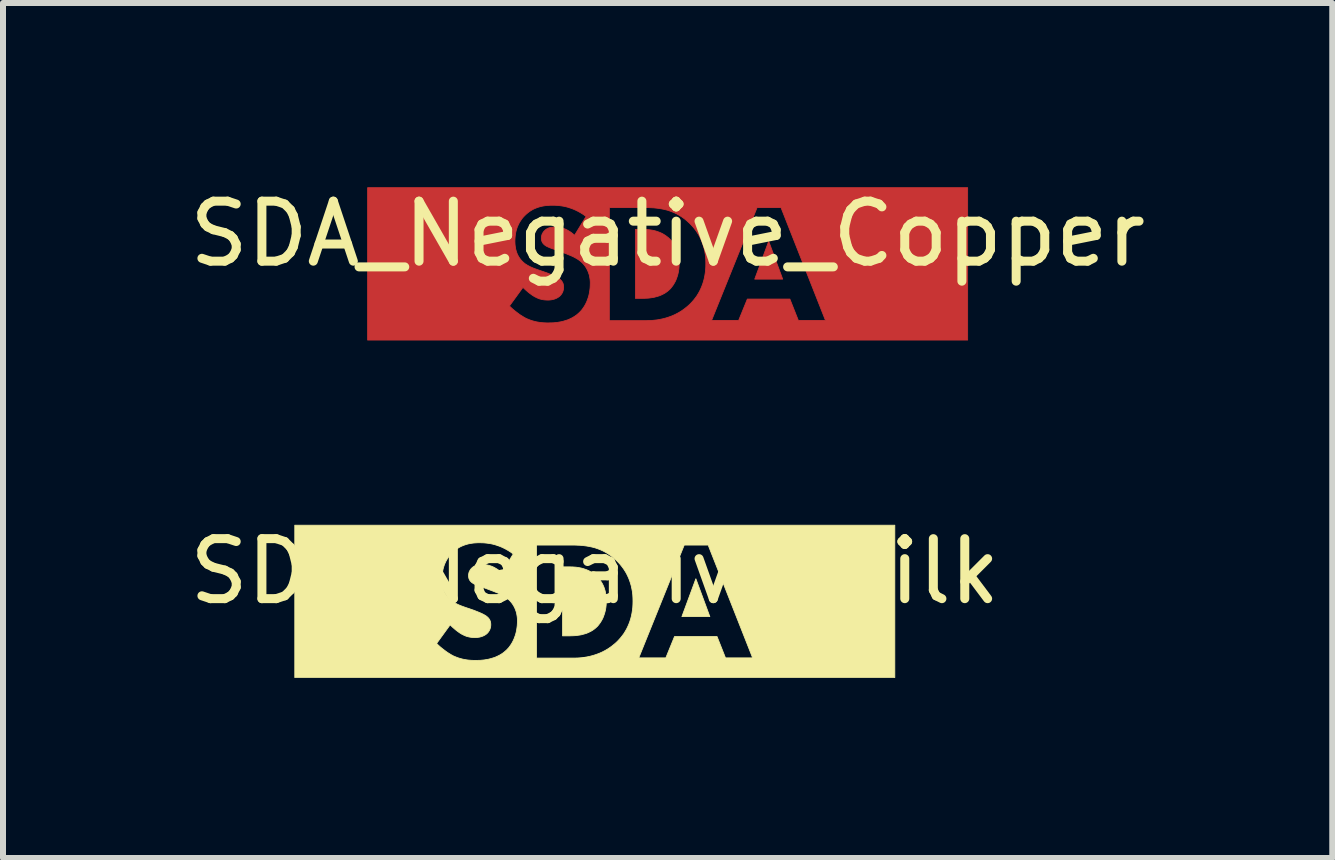
<source format=kicad_pcb>
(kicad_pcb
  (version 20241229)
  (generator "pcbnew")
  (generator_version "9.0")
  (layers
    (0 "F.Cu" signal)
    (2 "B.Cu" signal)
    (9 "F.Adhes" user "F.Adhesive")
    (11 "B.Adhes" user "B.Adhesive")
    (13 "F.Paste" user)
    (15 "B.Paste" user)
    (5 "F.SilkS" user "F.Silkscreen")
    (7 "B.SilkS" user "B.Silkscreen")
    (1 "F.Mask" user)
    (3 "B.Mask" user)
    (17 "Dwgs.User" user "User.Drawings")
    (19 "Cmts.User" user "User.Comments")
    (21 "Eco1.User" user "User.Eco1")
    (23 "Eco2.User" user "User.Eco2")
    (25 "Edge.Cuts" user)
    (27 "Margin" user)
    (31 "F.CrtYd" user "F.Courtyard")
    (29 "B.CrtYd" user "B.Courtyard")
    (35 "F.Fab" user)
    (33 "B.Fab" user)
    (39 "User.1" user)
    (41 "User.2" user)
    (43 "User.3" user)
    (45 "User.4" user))
  (footprint "SDA_Negative_Copper"
    (layer "F.Cu")
    (at 8.077 1.348)
    (property "Reference" "SDA_Negative_Copper" (at 0 -0.5 0) (unlocked yes) (layer "F.SilkS") (effects (font (size 1 1) (thickness 0.15))))
    (fp_poly (pts (xy 1.918 0.254) (xy 1.452 0.254) (xy 1.685 -0.377)) (stroke (width 0.013) (type solid)) (fill yes) (layer "F.Cu"))
    (fp_poly (pts (xy -0.369 -0.574) (xy -0.341 -0.572) (xy -0.313 -0.57) (xy -0.284 -0.566) (xy -0.254 -0.561) (xy -0.224 -0.555) (xy -0.194 -0.547) (xy -0.164 -0.537) (xy -0.134 -0.526) (xy -0.104 -0.513) (xy -0.075 -0.498) (xy -0.046 -0.48) (xy -0.017 -0.46) (xy 0.011 -0.438) (xy 0.024 -0.426) (xy 0.038 -0.413) (xy 0.052 -0.398) (xy 0.066 -0.383) (xy 0.08 -0.366) (xy 0.093 -0.347) (xy 0.106 -0.328) (xy 0.119 -0.307) (xy 0.132 -0.284) (xy 0.143 -0.26) (xy 0.154 -0.235) (xy 0.163 -0.207) (xy 0.172 -0.178) (xy 0.179 -0.148) (xy 0.185 -0.115) (xy 0.189 -0.081) (xy 0.192 -0.045) (xy 0.193 -0.007) (xy 0.192 0.031) (xy 0.189 0.069) (xy 0.185 0.105) (xy 0.179 0.14) (xy 0.171 0.174) (xy 0.162 0.206) (xy 0.151 0.237) (xy 0.14 0.267) (xy 0.127 0.295) (xy 0.112 0.322) (xy 0.097 0.347) (xy 0.081 0.37) (xy 0.064 0.392) (xy 0.047 0.413) (xy 0.028 0.431) (xy 0.009 0.448) (xy -0.004 0.459) (xy -0.018 0.469) (xy -0.032 0.479) (xy -0.046 0.488) (xy -0.06 0.496) (xy -0.075 0.504) (xy -0.104 0.518) (xy -0.134 0.531) (xy -0.165 0.541) (xy -0.195 0.549) (xy -0.224 0.557) (xy -0.253 0.562) (xy -0.282 0.566) (xy -0.309 0.57) (xy -0.335 0.572) (xy -0.382 0.574) (xy -0.421 0.575) (xy -0.537 0.575) (xy -0.537 -0.575) (xy -0.421 -0.575)) (stroke (width 0.013) (type solid)) (fill yes) (layer "F.Cu"))
    (fp_poly (pts (xy 5.001 1.27) (xy -5 1.27) (xy -5 0.702) (xy -2.636 0.702) (xy -2.608 0.729) (xy -2.577 0.757) (xy -2.543 0.785) (xy -2.508 0.812) (xy -2.472 0.839) (xy -2.453 0.852) (xy -2.434 0.864) (xy -2.416 0.875) (xy -2.397 0.887) (xy -2.379 0.897) (xy -2.361 0.907) (xy -2.339 0.917) (xy -2.316 0.926) (xy -2.294 0.935) (xy -2.271 0.943) (xy -2.248 0.95) (xy -2.226 0.956) (xy -2.203 0.962) (xy -2.18 0.967) (xy -2.156 0.971) (xy -2.133 0.975) (xy -2.109 0.978) (xy -2.085 0.98) (xy -2.061 0.982) (xy -2.037 0.983) (xy -2.012 0.984) (xy -1.987 0.984) (xy -1.936 0.983) (xy -1.906 0.982) (xy -1.875 0.979) (xy -1.842 0.976) (xy -1.808 0.97) (xy -1.773 0.964) (xy -1.737 0.955) (xy -1.704 0.945) (xy -0.971 0.945) (xy -0.361 0.945) (xy -0.295 0.944) (xy -0.26 0.942) (xy 0.733 0.942) (xy 1.184 0.942) (xy 1.329 0.586) (xy 2.038 0.586) (xy 2.179 0.942) (xy 2.631 0.942) (xy 1.89 -0.938) (xy 1.491 -0.938) (xy 0.733 0.942) (xy -0.26 0.942) (xy -0.257 0.942) (xy -0.216 0.938) (xy -0.173 0.933) (xy -0.127 0.925) (xy -0.08 0.915) (xy -0.03 0.902) (xy 0.02 0.886) (xy 0.072 0.867) (xy 0.124 0.844) (xy 0.176 0.817) (xy 0.228 0.786) (xy 0.279 0.75) (xy 0.33 0.709) (xy 0.355 0.687) (xy 0.38 0.663) (xy 0.408 0.633) (xy 0.435 0.602) (xy 0.461 0.569) (xy 0.486 0.535) (xy 0.508 0.499) (xy 0.53 0.461) (xy 0.549 0.422) (xy 0.567 0.381) (xy 0.583 0.339) (xy 0.597 0.295) (xy 0.609 0.25) (xy 0.619 0.202) (xy 0.627 0.153) (xy 0.633 0.103) (xy 0.636 0.051) (xy 0.637 -0.004) (xy 0.636 -0.058) (xy 0.633 -0.11) (xy 0.627 -0.161) (xy 0.618 -0.21) (xy 0.608 -0.257) (xy 0.595 -0.303) (xy 0.58 -0.347) (xy 0.564 -0.389) (xy 0.545 -0.43) (xy 0.525 -0.47) (xy 0.502 -0.508) (xy 0.478 -0.545) (xy 0.452 -0.58) (xy 0.425 -0.614) (xy 0.396 -0.646) (xy 0.366 -0.677) (xy 0.322 -0.717) (xy 0.278 -0.753) (xy 0.233 -0.785) (xy 0.188 -0.813) (xy 0.142 -0.838) (xy 0.096 -0.859) (xy 0.049 -0.877) (xy 0.002 -0.893) (xy -0.045 -0.905) (xy -0.093 -0.915) (xy -0.14 -0.923) (xy -0.187 -0.929) (xy -0.235 -0.934) (xy -0.282 -0.936) (xy -0.329 -0.938) (xy -0.375 -0.938) (xy -0.971 -0.938) (xy -0.971 0.945) (xy -1.704 0.945) (xy -1.7 0.944) (xy -1.663 0.932) (xy -1.627 0.916) (xy -1.59 0.898) (xy -1.555 0.877) (xy -1.537 0.865) (xy -1.52 0.853) (xy -1.503 0.839) (xy -1.487 0.825) (xy -1.47 0.81) (xy -1.455 0.794) (xy -1.436 0.774) (xy -1.419 0.752) (xy -1.403 0.729) (xy -1.387 0.705) (xy -1.372 0.679) (xy -1.359 0.653) (xy -1.346 0.625) (xy -1.335 0.595) (xy -1.324 0.565) (xy -1.315 0.534) (xy -1.307 0.501) (xy -1.301 0.468) (xy -1.296 0.434) (xy -1.292 0.4) (xy -1.29 0.364) (xy -1.289 0.328) (xy -1.289 0.307) (xy -1.29 0.286) (xy -1.292 0.264) (xy -1.295 0.242) (xy -1.299 0.22) (xy -1.303 0.197) (xy -1.309 0.175) (xy -1.317 0.152) (xy -1.325 0.13) (xy -1.335 0.107) (xy -1.346 0.085) (xy -1.359 0.063) (xy -1.373 0.041) (xy -1.389 0.02) (xy -1.407 -0.001) (xy -1.426 -0.021) (xy -1.441 -0.034) (xy -1.455 -0.046) (xy -1.471 -0.058) (xy -1.486 -0.069) (xy -1.503 -0.08) (xy -1.519 -0.09) (xy -1.536 -0.099) (xy -1.552 -0.108) (xy -1.569 -0.117) (xy -1.586 -0.125) (xy -1.62 -0.14) (xy -1.653 -0.153) (xy -1.684 -0.166) (xy -1.825 -0.219) (xy -1.909 -0.249) (xy -1.944 -0.261) (xy -1.959 -0.267) (xy -1.974 -0.273) (xy -1.987 -0.279) (xy -2 -0.285) (xy -2.012 -0.29) (xy -2.023 -0.297) (xy -2.033 -0.303) (xy -2.043 -0.31) (xy -2.053 -0.317) (xy -2.061 -0.325) (xy -2.066 -0.33) (xy -2.071 -0.335) (xy -2.076 -0.341) (xy -2.08 -0.347) (xy -2.084 -0.352) (xy -2.087 -0.358) (xy -2.09 -0.365) (xy -2.093 -0.371) (xy -2.096 -0.377) (xy -2.098 -0.384) (xy -2.1 -0.391) (xy -2.101 -0.398) (xy -2.102 -0.406) (xy -2.103 -0.414) (xy -2.104 -0.422) (xy -2.104 -0.43) (xy -2.103 -0.44) (xy -2.103 -0.449) (xy -2.102 -0.457) (xy -2.1 -0.466) (xy -2.098 -0.474) (xy -2.096 -0.483) (xy -2.093 -0.491) (xy -2.09 -0.498) (xy -2.086 -0.506) (xy -2.082 -0.513) (xy -2.078 -0.52) (xy -2.074 -0.527) (xy -2.069 -0.533) (xy -2.065 -0.539) (xy -2.06 -0.545) (xy -2.054 -0.55) (xy -2.05 -0.555) (xy -2.045 -0.56) (xy -2.04 -0.565) (xy -2.035 -0.569) (xy -2.024 -0.577) (xy -2.013 -0.584) (xy -2.002 -0.59) (xy -1.99 -0.595) (xy -1.979 -0.6) (xy -1.967 -0.603) (xy -1.954 -0.606) (xy -1.942 -0.609) (xy -1.93 -0.61) (xy -1.918 -0.612) (xy -1.906 -0.613) (xy -1.894 -0.613) (xy -1.871 -0.614) (xy -1.847 -0.613) (xy -1.833 -0.612) (xy -1.817 -0.611) (xy -1.801 -0.608) (xy -1.783 -0.605) (xy -1.764 -0.6) (xy -1.744 -0.594) (xy -1.723 -0.587) (xy -1.701 -0.578) (xy -1.678 -0.567) (xy -1.655 -0.554) (xy -1.63 -0.539) (xy -1.605 -0.522) (xy -1.58 -0.502) (xy -1.553 -0.48) (xy -1.553 -0.473) (xy -1.359 -0.79) (xy -1.4 -0.82) (xy -1.441 -0.846) (xy -1.481 -0.869) (xy -1.52 -0.889) (xy -1.559 -0.907) (xy -1.597 -0.922) (xy -1.635 -0.935) (xy -1.671 -0.946) (xy -1.706 -0.955) (xy -1.741 -0.962) (xy -1.774 -0.967) (xy -1.805 -0.971) (xy -1.836 -0.974) (xy -1.864 -0.976) (xy -1.917 -0.977) (xy -1.95 -0.977) (xy -1.982 -0.975) (xy -2.014 -0.973) (xy -2.045 -0.969) (xy -2.076 -0.964) (xy -2.106 -0.958) (xy -2.136 -0.95) (xy -2.165 -0.941) (xy -2.194 -0.93) (xy -2.223 -0.918) (xy -2.251 -0.904) (xy -2.278 -0.888) (xy -2.305 -0.87) (xy -2.331 -0.85) (xy -2.357 -0.828) (xy -2.382 -0.804) (xy -2.403 -0.782) (xy -2.422 -0.76) (xy -2.439 -0.736) (xy -2.455 -0.712) (xy -2.47 -0.688) (xy -2.483 -0.663) (xy -2.495 -0.637) (xy -2.506 -0.611) (xy -2.515 -0.584) (xy -2.523 -0.557) (xy -2.53 -0.529) (xy -2.535 -0.501) (xy -2.539 -0.472) (xy -2.542 -0.442) (xy -2.544 -0.412) (xy -2.545 -0.381) (xy -2.544 -0.345) (xy -2.543 -0.326) (xy -2.541 -0.306) (xy -2.538 -0.286) (xy -2.535 -0.265) (xy -2.531 -0.244) (xy -2.525 -0.222) (xy -2.519 -0.201) (xy -2.511 -0.179) (xy -2.502 -0.157) (xy -2.491 -0.136) (xy -2.479 -0.115) (xy -2.465 -0.094) (xy -2.449 -0.073) (xy -2.432 -0.053) (xy -2.418 -0.039) (xy -2.404 -0.026) (xy -2.389 -0.013) (xy -2.374 -0.001) (xy -2.358 0.009) (xy -2.341 0.02) (xy -2.325 0.029) (xy -2.308 0.038) (xy -2.291 0.047) (xy -2.273 0.055) (xy -2.239 0.07) (xy -2.204 0.083) (xy -2.171 0.095) (xy -2.016 0.148) (xy -1.966 0.168) (xy -1.936 0.18) (xy -1.905 0.193) (xy -1.874 0.207) (xy -1.859 0.215) (xy -1.844 0.223) (xy -1.831 0.23) (xy -1.818 0.238) (xy -1.807 0.246) (xy -1.797 0.254) (xy -1.79 0.26) (xy -1.783 0.266) (xy -1.777 0.273) (xy -1.77 0.279) (xy -1.765 0.286) (xy -1.76 0.294) (xy -1.755 0.301) (xy -1.75 0.309) (xy -1.747 0.317) (xy -1.743 0.326) (xy -1.74 0.335) (xy -1.738 0.345) (xy -1.736 0.355) (xy -1.734 0.365) (xy -1.734 0.376) (xy -1.733 0.388) (xy -1.733 0.395) (xy -1.734 0.401) (xy -1.734 0.407) (xy -1.735 0.414) (xy -1.735 0.42) (xy -1.736 0.426) (xy -1.738 0.431) (xy -1.739 0.437) (xy -1.74 0.443) (xy -1.742 0.448) (xy -1.745 0.459) (xy -1.749 0.469) (xy -1.754 0.478) (xy -1.758 0.488) (xy -1.764 0.496) (xy -1.769 0.505) (xy -1.775 0.513) (xy -1.781 0.52) (xy -1.787 0.527) (xy -1.794 0.534) (xy -1.8 0.54) (xy -1.812 0.549) (xy -1.825 0.558) (xy -1.837 0.565) (xy -1.85 0.572) (xy -1.863 0.578) (xy -1.876 0.583) (xy -1.889 0.588) (xy -1.902 0.591) (xy -1.915 0.595) (xy -1.927 0.597) (xy -1.94 0.599) (xy -1.952 0.601) (xy -1.964 0.602) (xy -1.976 0.603) (xy -1.987 0.603) (xy -1.998 0.603) (xy -2.014 0.603) (xy -2.03 0.602) (xy -2.046 0.601) (xy -2.062 0.599) (xy -2.077 0.597) (xy -2.092 0.594) (xy -2.107 0.591) (xy -2.121 0.587) (xy -2.136 0.583) (xy -2.15 0.578) (xy -2.164 0.572) (xy -2.178 0.566) (xy -2.192 0.559) (xy -2.206 0.552) (xy -2.22 0.545) (xy -2.234 0.536) (xy -2.244 0.53) (xy -2.255 0.523) (xy -2.266 0.515) (xy -2.277 0.507) (xy -2.3 0.49) (xy -2.324 0.471) (xy -2.347 0.451) (xy -2.37 0.431) (xy -2.391 0.411) (xy -2.411 0.392) (xy -2.636 0.702) (xy -5 0.702) (xy -5 -1.27) (xy 5.001 -1.27)) (stroke (width 0.013) (type solid)) (fill yes) (layer "F.Cu")))
  (footprint "SDA_Negative_Silk"
    (layer "F.Cu")
    (at 6.863 6.973)
    (property "Reference" "SDA_Negative_Silk" (at 0 -0.5 0) (unlocked yes) (layer "F.SilkS") (effects (font (size 1 1) (thickness 0.15))))
    (fp_poly (pts (xy 1.918 0.254) (xy 1.452 0.254) (xy 1.685 -0.377)) (stroke (width 0.013) (type solid)) (fill yes) (layer "F.SilkS"))
    (fp_poly (pts (xy -0.369 -0.574) (xy -0.341 -0.572) (xy -0.313 -0.57) (xy -0.284 -0.566) (xy -0.254 -0.561) (xy -0.224 -0.555) (xy -0.194 -0.547) (xy -0.164 -0.537) (xy -0.134 -0.526) (xy -0.104 -0.513) (xy -0.075 -0.498) (xy -0.046 -0.48) (xy -0.017 -0.46) (xy 0.011 -0.438) (xy 0.024 -0.426) (xy 0.038 -0.413) (xy 0.052 -0.398) (xy 0.066 -0.383) (xy 0.08 -0.366) (xy 0.093 -0.347) (xy 0.106 -0.328) (xy 0.119 -0.307) (xy 0.132 -0.284) (xy 0.143 -0.26) (xy 0.154 -0.235) (xy 0.163 -0.207) (xy 0.172 -0.178) (xy 0.179 -0.148) (xy 0.185 -0.115) (xy 0.189 -0.081) (xy 0.192 -0.045) (xy 0.193 -0.007) (xy 0.192 0.031) (xy 0.189 0.069) (xy 0.185 0.105) (xy 0.179 0.14) (xy 0.171 0.174) (xy 0.162 0.206) (xy 0.151 0.237) (xy 0.14 0.267) (xy 0.127 0.295) (xy 0.112 0.322) (xy 0.097 0.347) (xy 0.081 0.37) (xy 0.064 0.392) (xy 0.047 0.413) (xy 0.028 0.431) (xy 0.009 0.448) (xy -0.004 0.459) (xy -0.018 0.469) (xy -0.032 0.479) (xy -0.046 0.488) (xy -0.06 0.496) (xy -0.075 0.504) (xy -0.104 0.518) (xy -0.134 0.531) (xy -0.165 0.541) (xy -0.195 0.549) (xy -0.224 0.557) (xy -0.253 0.562) (xy -0.282 0.566) (xy -0.309 0.57) (xy -0.335 0.572) (xy -0.382 0.574) (xy -0.421 0.575) (xy -0.537 0.575) (xy -0.537 -0.575) (xy -0.421 -0.575)) (stroke (width 0.013) (type solid)) (fill yes) (layer "F.SilkS"))
    (fp_poly (pts (xy 5.001 1.27) (xy -5 1.27) (xy -5 0.702) (xy -2.636 0.702) (xy -2.608 0.729) (xy -2.577 0.757) (xy -2.543 0.785) (xy -2.508 0.812) (xy -2.472 0.839) (xy -2.453 0.852) (xy -2.434 0.864) (xy -2.416 0.875) (xy -2.397 0.887) (xy -2.379 0.897) (xy -2.361 0.907) (xy -2.339 0.917) (xy -2.316 0.926) (xy -2.294 0.935) (xy -2.271 0.943) (xy -2.248 0.95) (xy -2.226 0.956) (xy -2.203 0.962) (xy -2.18 0.967) (xy -2.156 0.971) (xy -2.133 0.975) (xy -2.109 0.978) (xy -2.085 0.98) (xy -2.061 0.982) (xy -2.037 0.983) (xy -2.012 0.984) (xy -1.987 0.984) (xy -1.936 0.983) (xy -1.906 0.982) (xy -1.875 0.979) (xy -1.842 0.976) (xy -1.808 0.97) (xy -1.773 0.964) (xy -1.737 0.955) (xy -1.704 0.945) (xy -0.971 0.945) (xy -0.361 0.945) (xy -0.295 0.944) (xy -0.26 0.942) (xy 0.733 0.942) (xy 1.184 0.942) (xy 1.329 0.586) (xy 2.038 0.586) (xy 2.179 0.942) (xy 2.631 0.942) (xy 1.89 -0.938) (xy 1.491 -0.938) (xy 0.733 0.942) (xy -0.26 0.942) (xy -0.257 0.942) (xy -0.216 0.938) (xy -0.173 0.933) (xy -0.127 0.925) (xy -0.08 0.915) (xy -0.03 0.902) (xy 0.02 0.886) (xy 0.072 0.867) (xy 0.124 0.844) (xy 0.176 0.817) (xy 0.228 0.786) (xy 0.279 0.75) (xy 0.33 0.709) (xy 0.355 0.687) (xy 0.38 0.663) (xy 0.408 0.633) (xy 0.435 0.602) (xy 0.461 0.569) (xy 0.486 0.535) (xy 0.508 0.499) (xy 0.53 0.461) (xy 0.549 0.422) (xy 0.567 0.381) (xy 0.583 0.339) (xy 0.597 0.295) (xy 0.609 0.25) (xy 0.619 0.202) (xy 0.627 0.153) (xy 0.633 0.103) (xy 0.636 0.051) (xy 0.637 -0.004) (xy 0.636 -0.058) (xy 0.633 -0.11) (xy 0.627 -0.161) (xy 0.618 -0.21) (xy 0.608 -0.257) (xy 0.595 -0.303) (xy 0.58 -0.347) (xy 0.564 -0.389) (xy 0.545 -0.43) (xy 0.525 -0.47) (xy 0.502 -0.508) (xy 0.478 -0.545) (xy 0.452 -0.58) (xy 0.425 -0.614) (xy 0.396 -0.646) (xy 0.366 -0.677) (xy 0.322 -0.717) (xy 0.278 -0.753) (xy 0.233 -0.785) (xy 0.188 -0.813) (xy 0.142 -0.838) (xy 0.096 -0.859) (xy 0.049 -0.877) (xy 0.002 -0.893) (xy -0.045 -0.905) (xy -0.093 -0.915) (xy -0.14 -0.923) (xy -0.187 -0.929) (xy -0.235 -0.934) (xy -0.282 -0.936) (xy -0.329 -0.938) (xy -0.375 -0.938) (xy -0.971 -0.938) (xy -0.971 0.945) (xy -1.704 0.945) (xy -1.7 0.944) (xy -1.663 0.932) (xy -1.627 0.916) (xy -1.59 0.898) (xy -1.555 0.877) (xy -1.537 0.865) (xy -1.52 0.853) (xy -1.503 0.839) (xy -1.487 0.825) (xy -1.47 0.81) (xy -1.455 0.794) (xy -1.436 0.774) (xy -1.419 0.752) (xy -1.403 0.729) (xy -1.387 0.705) (xy -1.372 0.679) (xy -1.359 0.653) (xy -1.346 0.625) (xy -1.335 0.595) (xy -1.324 0.565) (xy -1.315 0.534) (xy -1.307 0.501) (xy -1.301 0.468) (xy -1.296 0.434) (xy -1.292 0.4) (xy -1.29 0.364) (xy -1.289 0.328) (xy -1.289 0.307) (xy -1.29 0.286) (xy -1.292 0.264) (xy -1.295 0.242) (xy -1.299 0.22) (xy -1.303 0.197) (xy -1.309 0.175) (xy -1.317 0.152) (xy -1.325 0.13) (xy -1.335 0.107) (xy -1.346 0.085) (xy -1.359 0.063) (xy -1.373 0.041) (xy -1.389 0.02) (xy -1.407 -0.001) (xy -1.426 -0.021) (xy -1.441 -0.034) (xy -1.455 -0.046) (xy -1.471 -0.058) (xy -1.486 -0.069) (xy -1.503 -0.08) (xy -1.519 -0.09) (xy -1.536 -0.099) (xy -1.552 -0.108) (xy -1.569 -0.117) (xy -1.586 -0.125) (xy -1.62 -0.14) (xy -1.653 -0.153) (xy -1.684 -0.166) (xy -1.825 -0.219) (xy -1.909 -0.249) (xy -1.944 -0.261) (xy -1.959 -0.267) (xy -1.974 -0.273) (xy -1.987 -0.279) (xy -2 -0.285) (xy -2.012 -0.29) (xy -2.023 -0.297) (xy -2.033 -0.303) (xy -2.043 -0.31) (xy -2.053 -0.317) (xy -2.061 -0.325) (xy -2.066 -0.33) (xy -2.071 -0.335) (xy -2.076 -0.341) (xy -2.08 -0.347) (xy -2.084 -0.352) (xy -2.087 -0.358) (xy -2.09 -0.365) (xy -2.093 -0.371) (xy -2.096 -0.377) (xy -2.098 -0.384) (xy -2.1 -0.391) (xy -2.101 -0.398) (xy -2.102 -0.406) (xy -2.103 -0.414) (xy -2.104 -0.422) (xy -2.104 -0.43) (xy -2.103 -0.44) (xy -2.103 -0.449) (xy -2.102 -0.457) (xy -2.1 -0.466) (xy -2.098 -0.474) (xy -2.096 -0.483) (xy -2.093 -0.491) (xy -2.09 -0.498) (xy -2.086 -0.506) (xy -2.082 -0.513) (xy -2.078 -0.52) (xy -2.074 -0.527) (xy -2.069 -0.533) (xy -2.065 -0.539) (xy -2.06 -0.545) (xy -2.054 -0.55) (xy -2.05 -0.555) (xy -2.045 -0.56) (xy -2.04 -0.565) (xy -2.035 -0.569) (xy -2.024 -0.577) (xy -2.013 -0.584) (xy -2.002 -0.59) (xy -1.99 -0.595) (xy -1.979 -0.6) (xy -1.967 -0.603) (xy -1.954 -0.606) (xy -1.942 -0.609) (xy -1.93 -0.61) (xy -1.918 -0.612) (xy -1.906 -0.613) (xy -1.894 -0.613) (xy -1.871 -0.614) (xy -1.847 -0.613) (xy -1.833 -0.612) (xy -1.817 -0.611) (xy -1.801 -0.608) (xy -1.783 -0.605) (xy -1.764 -0.6) (xy -1.744 -0.594) (xy -1.723 -0.587) (xy -1.701 -0.578) (xy -1.678 -0.567) (xy -1.655 -0.554) (xy -1.63 -0.539) (xy -1.605 -0.522) (xy -1.58 -0.502) (xy -1.553 -0.48) (xy -1.553 -0.473) (xy -1.359 -0.79) (xy -1.4 -0.82) (xy -1.441 -0.846) (xy -1.481 -0.869) (xy -1.52 -0.889) (xy -1.559 -0.907) (xy -1.597 -0.922) (xy -1.635 -0.935) (xy -1.671 -0.946) (xy -1.706 -0.955) (xy -1.741 -0.962) (xy -1.774 -0.967) (xy -1.805 -0.971) (xy -1.836 -0.974) (xy -1.864 -0.976) (xy -1.917 -0.977) (xy -1.95 -0.977) (xy -1.982 -0.975) (xy -2.014 -0.973) (xy -2.045 -0.969) (xy -2.076 -0.964) (xy -2.106 -0.958) (xy -2.136 -0.95) (xy -2.165 -0.941) (xy -2.194 -0.93) (xy -2.223 -0.918) (xy -2.251 -0.904) (xy -2.278 -0.888) (xy -2.305 -0.87) (xy -2.331 -0.85) (xy -2.357 -0.828) (xy -2.382 -0.804) (xy -2.403 -0.782) (xy -2.422 -0.76) (xy -2.439 -0.736) (xy -2.455 -0.712) (xy -2.47 -0.688) (xy -2.483 -0.663) (xy -2.495 -0.637) (xy -2.506 -0.611) (xy -2.515 -0.584) (xy -2.523 -0.557) (xy -2.53 -0.529) (xy -2.535 -0.501) (xy -2.539 -0.472) (xy -2.542 -0.442) (xy -2.544 -0.412) (xy -2.545 -0.381) (xy -2.544 -0.345) (xy -2.543 -0.326) (xy -2.541 -0.306) (xy -2.538 -0.286) (xy -2.535 -0.265) (xy -2.531 -0.244) (xy -2.525 -0.222) (xy -2.519 -0.201) (xy -2.511 -0.179) (xy -2.502 -0.157) (xy -2.491 -0.136) (xy -2.479 -0.115) (xy -2.465 -0.094) (xy -2.449 -0.073) (xy -2.432 -0.053) (xy -2.418 -0.039) (xy -2.404 -0.026) (xy -2.389 -0.013) (xy -2.374 -0.001) (xy -2.358 0.009) (xy -2.341 0.02) (xy -2.325 0.029) (xy -2.308 0.038) (xy -2.291 0.047) (xy -2.273 0.055) (xy -2.239 0.07) (xy -2.204 0.083) (xy -2.171 0.095) (xy -2.016 0.148) (xy -1.966 0.168) (xy -1.936 0.18) (xy -1.905 0.193) (xy -1.874 0.207) (xy -1.859 0.215) (xy -1.844 0.223) (xy -1.831 0.23) (xy -1.818 0.238) (xy -1.807 0.246) (xy -1.797 0.254) (xy -1.79 0.26) (xy -1.783 0.266) (xy -1.777 0.273) (xy -1.77 0.279) (xy -1.765 0.286) (xy -1.76 0.294) (xy -1.755 0.301) (xy -1.75 0.309) (xy -1.747 0.317) (xy -1.743 0.326) (xy -1.74 0.335) (xy -1.738 0.345) (xy -1.736 0.355) (xy -1.734 0.365) (xy -1.734 0.376) (xy -1.733 0.388) (xy -1.733 0.395) (xy -1.734 0.401) (xy -1.734 0.407) (xy -1.735 0.414) (xy -1.735 0.42) (xy -1.736 0.426) (xy -1.738 0.431) (xy -1.739 0.437) (xy -1.74 0.443) (xy -1.742 0.448) (xy -1.745 0.459) (xy -1.749 0.469) (xy -1.754 0.478) (xy -1.758 0.488) (xy -1.764 0.496) (xy -1.769 0.505) (xy -1.775 0.513) (xy -1.781 0.52) (xy -1.787 0.527) (xy -1.794 0.534) (xy -1.8 0.54) (xy -1.812 0.549) (xy -1.825 0.558) (xy -1.837 0.565) (xy -1.85 0.572) (xy -1.863 0.578) (xy -1.876 0.583) (xy -1.889 0.588) (xy -1.902 0.591) (xy -1.915 0.595) (xy -1.927 0.597) (xy -1.94 0.599) (xy -1.952 0.601) (xy -1.964 0.602) (xy -1.976 0.603) (xy -1.987 0.603) (xy -1.998 0.603) (xy -2.014 0.603) (xy -2.03 0.602) (xy -2.046 0.601) (xy -2.062 0.599) (xy -2.077 0.597) (xy -2.092 0.594) (xy -2.107 0.591) (xy -2.121 0.587) (xy -2.136 0.583) (xy -2.15 0.578) (xy -2.164 0.572) (xy -2.178 0.566) (xy -2.192 0.559) (xy -2.206 0.552) (xy -2.22 0.545) (xy -2.234 0.536) (xy -2.244 0.53) (xy -2.255 0.523) (xy -2.266 0.515) (xy -2.277 0.507) (xy -2.3 0.49) (xy -2.324 0.471) (xy -2.347 0.451) (xy -2.37 0.431) (xy -2.391 0.411) (xy -2.411 0.392) (xy -2.636 0.702) (xy -5 0.702) (xy -5 -1.27) (xy 5.001 -1.27)) (stroke (width 0.013) (type solid)) (fill yes) (layer "F.SilkS")))
  (gr_rect
    (start -3 -3)
    (end 19.155 11.25)
    (stroke (width 0.1) (type default))
    (fill no)
    (layer "Edge.Cuts")))
</source>
